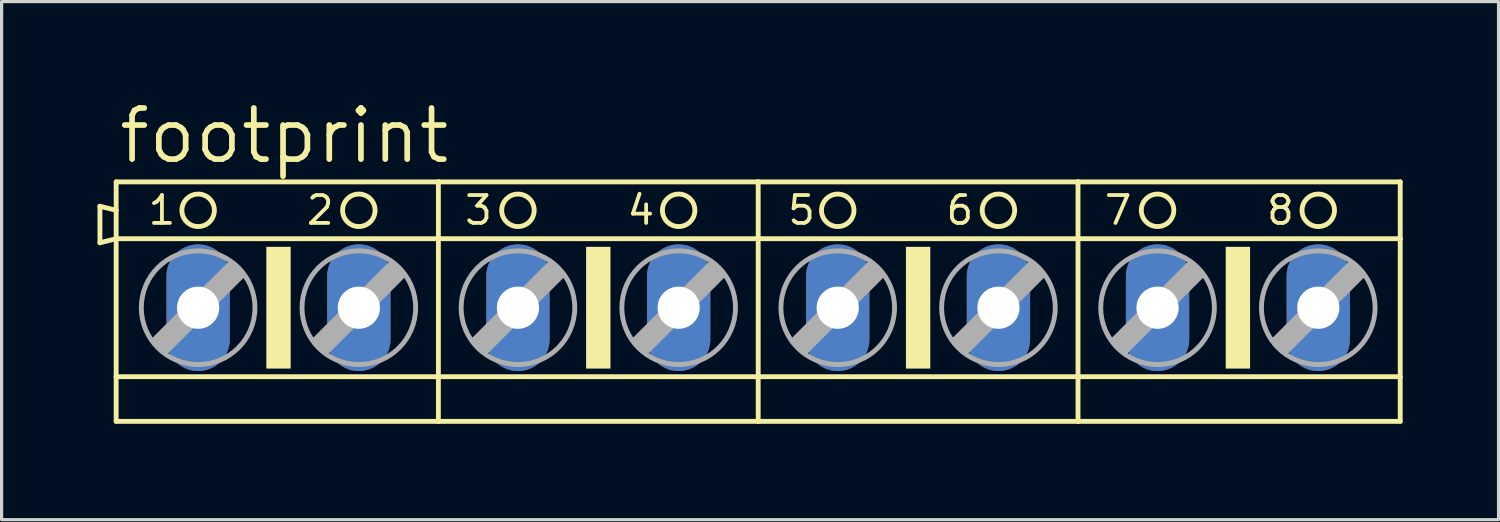
<source format=kicad_pcb>
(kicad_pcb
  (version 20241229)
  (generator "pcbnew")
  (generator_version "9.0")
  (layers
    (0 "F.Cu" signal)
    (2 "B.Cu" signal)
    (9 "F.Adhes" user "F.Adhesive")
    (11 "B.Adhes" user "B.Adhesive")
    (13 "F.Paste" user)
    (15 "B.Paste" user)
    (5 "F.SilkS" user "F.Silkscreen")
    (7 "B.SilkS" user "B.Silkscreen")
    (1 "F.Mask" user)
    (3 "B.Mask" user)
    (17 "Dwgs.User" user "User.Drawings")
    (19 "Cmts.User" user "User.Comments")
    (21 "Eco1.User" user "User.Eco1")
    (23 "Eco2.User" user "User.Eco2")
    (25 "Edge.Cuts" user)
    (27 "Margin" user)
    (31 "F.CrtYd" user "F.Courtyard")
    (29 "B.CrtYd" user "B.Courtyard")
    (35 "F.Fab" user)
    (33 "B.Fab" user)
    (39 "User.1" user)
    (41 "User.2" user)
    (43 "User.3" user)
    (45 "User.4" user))
  (footprint "footprint"
    (layer "F.Cu")
    (at 20.676 6.579)
    (property "Reference" "footprint" (at -20.091 -4.445 0) (layer "F.SilkS") (effects (font (size 1.6 1.6) (thickness 0.178)) (justify left bottom)))
    (fp_line (start -20.599 -3.175) (end -20.599 -2.032) (stroke (width 0.152) (type solid)) (layer "F.SilkS"))
    (fp_line (start -20.599 -2.032) (end -20.091 -2.159) (stroke (width 0.152) (type solid)) (layer "F.SilkS"))
    (fp_line (start -20.091 -3.048) (end -20.599 -3.175) (stroke (width 0.152) (type solid)) (layer "F.SilkS"))
    (fp_line (start -20.091 -3.048) (end -20.091 -3.937) (stroke (width 0.152) (type solid)) (layer "F.SilkS"))
    (fp_line (start -20.091 -2.159) (end -20.091 -3.048) (stroke (width 0.152) (type solid)) (layer "F.SilkS"))
    (fp_line (start -20.091 -2.159) (end -10.008 -2.159) (stroke (width 0.152) (type solid)) (layer "F.SilkS"))
    (fp_line (start -20.091 2.159) (end -20.091 -2.159) (stroke (width 0.152) (type solid)) (layer "F.SilkS"))
    (fp_line (start -20.091 2.159) (end -10.008 2.159) (stroke (width 0.152) (type solid)) (layer "F.SilkS"))
    (fp_line (start -20.091 3.556) (end -20.091 2.159) (stroke (width 0.152) (type solid)) (layer "F.SilkS"))
    (fp_line (start -20.091 3.556) (end -10.008 3.556) (stroke (width 0.152) (type solid)) (layer "F.SilkS"))
    (fp_line (start -10.008 -3.937) (end -20.091 -3.937) (stroke (width 0.152) (type solid)) (layer "F.SilkS"))
    (fp_line (start -10.008 -2.159) (end -10.008 -3.937) (stroke (width 0.152) (type solid)) (layer "F.SilkS"))
    (fp_line (start -10.008 -2.159) (end 0 -2.159) (stroke (width 0.152) (type solid)) (layer "F.SilkS"))
    (fp_line (start -10.008 2.159) (end -10.008 -2.159) (stroke (width 0.152) (type solid)) (layer "F.SilkS"))
    (fp_line (start -10.008 2.159) (end 0 2.159) (stroke (width 0.152) (type solid)) (layer "F.SilkS"))
    (fp_line (start -10.008 3.556) (end -10.008 2.159) (stroke (width 0.152) (type solid)) (layer "F.SilkS"))
    (fp_line (start -10.008 3.556) (end 0 3.556) (stroke (width 0.152) (type solid)) (layer "F.SilkS"))
    (fp_line (start 0 -3.937) (end -10.008 -3.937) (stroke (width 0.152) (type solid)) (layer "F.SilkS"))
    (fp_line (start 0 -2.159) (end 0 -3.937) (stroke (width 0.152) (type solid)) (layer "F.SilkS"))
    (fp_line (start 0 -2.159) (end 10.008 -2.159) (stroke (width 0.152) (type solid)) (layer "F.SilkS"))
    (fp_line (start 0 2.159) (end 0 -2.159) (stroke (width 0.152) (type solid)) (layer "F.SilkS"))
    (fp_line (start 0 2.159) (end 10.008 2.159) (stroke (width 0.152) (type solid)) (layer "F.SilkS"))
    (fp_line (start 0 3.556) (end 0 2.159) (stroke (width 0.152) (type solid)) (layer "F.SilkS"))
    (fp_line (start 0 3.556) (end 10.008 3.556) (stroke (width 0.152) (type solid)) (layer "F.SilkS"))
    (fp_line (start 10.008 -3.937) (end 0 -3.937) (stroke (width 0.152) (type solid)) (layer "F.SilkS"))
    (fp_line (start 10.008 -2.159) (end 10.008 -3.937) (stroke (width 0.152) (type solid)) (layer "F.SilkS"))
    (fp_line (start 10.008 -2.159) (end 20.091 -2.159) (stroke (width 0.152) (type solid)) (layer "F.SilkS"))
    (fp_line (start 10.008 2.159) (end 10.008 -2.159) (stroke (width 0.152) (type solid)) (layer "F.SilkS"))
    (fp_line (start 10.008 2.159) (end 20.091 2.159) (stroke (width 0.152) (type solid)) (layer "F.SilkS"))
    (fp_line (start 10.008 3.556) (end 10.008 2.159) (stroke (width 0.152) (type solid)) (layer "F.SilkS"))
    (fp_line (start 10.008 3.556) (end 20.091 3.556) (stroke (width 0.152) (type solid)) (layer "F.SilkS"))
    (fp_line (start 20.091 -3.937) (end 10.008 -3.937) (stroke (width 0.152) (type solid)) (layer "F.SilkS"))
    (fp_line (start 20.091 -3.937) (end 20.091 -2.159) (stroke (width 0.152) (type solid)) (layer "F.SilkS"))
    (fp_line (start 20.091 -2.159) (end 20.091 2.159) (stroke (width 0.152) (type solid)) (layer "F.SilkS"))
    (fp_line (start 20.091 2.159) (end 20.091 3.556) (stroke (width 0.152) (type solid)) (layer "F.SilkS"))
    (fp_circle (center -17.526 -3.048) (end -17.018 -3.048) (stroke (width 0.152) (type solid)) (fill no) (layer "F.SilkS"))
    (fp_circle (center -12.497 -3.048) (end -11.989 -3.048) (stroke (width 0.152) (type solid)) (fill no) (layer "F.SilkS"))
    (fp_circle (center -7.518 -3.048) (end -7.01 -3.048) (stroke (width 0.152) (type solid)) (fill no) (layer "F.SilkS"))
    (fp_circle (center -2.489 -3.048) (end -1.981 -3.048) (stroke (width 0.152) (type solid)) (fill no) (layer "F.SilkS"))
    (fp_circle (center 2.489 -3.048) (end 2.997 -3.048) (stroke (width 0.152) (type solid)) (fill no) (layer "F.SilkS"))
    (fp_circle (center 7.518 -3.048) (end 8.026 -3.048) (stroke (width 0.152) (type solid)) (fill no) (layer "F.SilkS"))
    (fp_circle (center 12.497 -3.048) (end 13.005 -3.048) (stroke (width 0.152) (type solid)) (fill no) (layer "F.SilkS"))
    (fp_circle (center 17.526 -3.048) (end 18.034 -3.048) (stroke (width 0.152) (type solid)) (fill no) (layer "F.SilkS"))
    (fp_poly (pts (xy -15.392 1.905) (xy -14.63 1.905) (xy -14.63 -1.905) (xy -15.392 -1.905)) (stroke (width 0) (type solid)) (fill yes) (layer "F.SilkS"))
    (fp_poly (pts (xy -5.385 1.905) (xy -4.623 1.905) (xy -4.623 -1.905) (xy -5.385 -1.905)) (stroke (width 0) (type solid)) (fill yes) (layer "F.SilkS"))
    (fp_poly (pts (xy 4.623 1.905) (xy 5.385 1.905) (xy 5.385 -1.905) (xy 4.623 -1.905)) (stroke (width 0) (type solid)) (fill yes) (layer "F.SilkS"))
    (fp_poly (pts (xy 14.63 1.905) (xy 15.392 1.905) (xy 15.392 -1.905) (xy 14.63 -1.905)) (stroke (width 0) (type solid)) (fill yes) (layer "F.SilkS"))
    (fp_line (start -18.923 1.016) (end -18.542 1.397) (stroke (width 0.152) (type solid)) (layer "F.Fab"))
    (fp_line (start -18.923 1.016) (end -16.51 -1.397) (stroke (width 0.152) (type solid)) (layer "F.Fab"))
    (fp_line (start -18.542 1.016) (end -16.51 -1.016) (stroke (width 0.61) (type solid)) (layer "F.Fab"))
    (fp_line (start -18.542 1.397) (end -16.129 -1.016) (stroke (width 0.152) (type solid)) (layer "F.Fab"))
    (fp_line (start -16.51 -1.397) (end -16.129 -1.016) (stroke (width 0.152) (type solid)) (layer "F.Fab"))
    (fp_line (start -13.894 1.016) (end -13.513 1.397) (stroke (width 0.152) (type solid)) (layer "F.Fab"))
    (fp_line (start -13.894 1.016) (end -11.481 -1.397) (stroke (width 0.152) (type solid)) (layer "F.Fab"))
    (fp_line (start -13.513 1.016) (end -11.481 -1.016) (stroke (width 0.61) (type solid)) (layer "F.Fab"))
    (fp_line (start -13.513 1.397) (end -11.1 -1.016) (stroke (width 0.152) (type solid)) (layer "F.Fab"))
    (fp_line (start -11.481 -1.397) (end -11.1 -1.016) (stroke (width 0.152) (type solid)) (layer "F.Fab"))
    (fp_line (start -8.915 1.016) (end -8.534 1.397) (stroke (width 0.152) (type solid)) (layer "F.Fab"))
    (fp_line (start -8.915 1.016) (end -6.502 -1.397) (stroke (width 0.152) (type solid)) (layer "F.Fab"))
    (fp_line (start -8.534 1.016) (end -6.502 -1.016) (stroke (width 0.61) (type solid)) (layer "F.Fab"))
    (fp_line (start -8.534 1.397) (end -6.121 -1.016) (stroke (width 0.152) (type solid)) (layer "F.Fab"))
    (fp_line (start -6.502 -1.397) (end -6.121 -1.016) (stroke (width 0.152) (type solid)) (layer "F.Fab"))
    (fp_line (start -3.886 1.016) (end -3.505 1.397) (stroke (width 0.152) (type solid)) (layer "F.Fab"))
    (fp_line (start -3.886 1.016) (end -1.473 -1.397) (stroke (width 0.152) (type solid)) (layer "F.Fab"))
    (fp_line (start -3.505 1.016) (end -1.473 -1.016) (stroke (width 0.61) (type solid)) (layer "F.Fab"))
    (fp_line (start -3.505 1.397) (end -1.092 -1.016) (stroke (width 0.152) (type solid)) (layer "F.Fab"))
    (fp_line (start -1.473 -1.397) (end -1.092 -1.016) (stroke (width 0.152) (type solid)) (layer "F.Fab"))
    (fp_line (start 1.092 1.016) (end 1.473 1.397) (stroke (width 0.152) (type solid)) (layer "F.Fab"))
    (fp_line (start 1.092 1.016) (end 3.505 -1.397) (stroke (width 0.152) (type solid)) (layer "F.Fab"))
    (fp_line (start 1.473 1.016) (end 3.505 -1.016) (stroke (width 0.61) (type solid)) (layer "F.Fab"))
    (fp_line (start 1.473 1.397) (end 3.886 -1.016) (stroke (width 0.152) (type solid)) (layer "F.Fab"))
    (fp_line (start 3.505 -1.397) (end 3.886 -1.016) (stroke (width 0.152) (type solid)) (layer "F.Fab"))
    (fp_line (start 6.121 1.016) (end 6.502 1.397) (stroke (width 0.152) (type solid)) (layer "F.Fab"))
    (fp_line (start 6.121 1.016) (end 8.534 -1.397) (stroke (width 0.152) (type solid)) (layer "F.Fab"))
    (fp_line (start 6.502 1.016) (end 8.534 -1.016) (stroke (width 0.61) (type solid)) (layer "F.Fab"))
    (fp_line (start 6.502 1.397) (end 8.915 -1.016) (stroke (width 0.152) (type solid)) (layer "F.Fab"))
    (fp_line (start 8.534 -1.397) (end 8.915 -1.016) (stroke (width 0.152) (type solid)) (layer "F.Fab"))
    (fp_line (start 11.1 1.016) (end 11.481 1.397) (stroke (width 0.152) (type solid)) (layer "F.Fab"))
    (fp_line (start 11.1 1.016) (end 13.513 -1.397) (stroke (width 0.152) (type solid)) (layer "F.Fab"))
    (fp_line (start 11.481 1.016) (end 13.513 -1.016) (stroke (width 0.61) (type solid)) (layer "F.Fab"))
    (fp_line (start 11.481 1.397) (end 13.894 -1.016) (stroke (width 0.152) (type solid)) (layer "F.Fab"))
    (fp_line (start 13.513 -1.397) (end 13.894 -1.016) (stroke (width 0.152) (type solid)) (layer "F.Fab"))
    (fp_line (start 16.129 1.016) (end 16.51 1.397) (stroke (width 0.152) (type solid)) (layer "F.Fab"))
    (fp_line (start 16.129 1.016) (end 18.542 -1.397) (stroke (width 0.152) (type solid)) (layer "F.Fab"))
    (fp_line (start 16.51 1.016) (end 18.542 -1.016) (stroke (width 0.61) (type solid)) (layer "F.Fab"))
    (fp_line (start 16.51 1.397) (end 18.923 -1.016) (stroke (width 0.152) (type solid)) (layer "F.Fab"))
    (fp_line (start 18.542 -1.397) (end 18.923 -1.016) (stroke (width 0.152) (type solid)) (layer "F.Fab"))
    (fp_circle (center -17.526 0) (end -15.748 0) (stroke (width 0.152) (type solid)) (fill no) (layer "F.Fab"))
    (fp_circle (center -12.497 0) (end -10.719 0) (stroke (width 0.152) (type solid)) (fill no) (layer "F.Fab"))
    (fp_circle (center -7.518 0) (end -5.74 0) (stroke (width 0.152) (type solid)) (fill no) (layer "F.Fab"))
    (fp_circle (center -2.489 0) (end -0.711 0) (stroke (width 0.152) (type solid)) (fill no) (layer "F.Fab"))
    (fp_circle (center 2.489 0) (end 4.267 0) (stroke (width 0.152) (type solid)) (fill no) (layer "F.Fab"))
    (fp_circle (center 7.518 0) (end 9.296 0) (stroke (width 0.152) (type solid)) (fill no) (layer "F.Fab"))
    (fp_circle (center 12.497 0) (end 14.275 0) (stroke (width 0.152) (type solid)) (fill no) (layer "F.Fab"))
    (fp_circle (center 17.526 0) (end 19.304 0) (stroke (width 0.152) (type solid)) (fill no) (layer "F.Fab"))
    (fp_text user "2" (at -14.199 -2.54 0) (layer "F.SilkS") (effects (font (size 0.872 0.872) (thickness 0.119)) (justify left bottom)))
    (fp_text user "5" (at 0.864 -2.54 0) (layer "F.SilkS") (effects (font (size 0.872 0.872) (thickness 0.119)) (justify left bottom)))
    (fp_text user "6" (at 5.817 -2.54 0) (layer "F.SilkS") (effects (font (size 0.872 0.872) (thickness 0.119)) (justify left bottom)))
    (fp_text user "1" (at -19.152 -2.54 0) (layer "F.SilkS") (effects (font (size 0.872 0.872) (thickness 0.119)) (justify left bottom)))
    (fp_text user "4" (at -4.166 -2.54 0) (layer "F.SilkS") (effects (font (size 0.872 0.872) (thickness 0.119)) (justify left bottom)))
    (fp_text user "3" (at -9.246 -2.54 0) (layer "F.SilkS") (effects (font (size 0.872 0.872) (thickness 0.119)) (justify left bottom)))
    (fp_text user "8" (at 15.85 -2.54 0) (layer "F.SilkS") (effects (font (size 0.872 0.872) (thickness 0.119)) (justify left bottom)))
    (fp_text user "7" (at 10.77 -2.54 0) (layer "F.SilkS") (effects (font (size 0.872 0.872) (thickness 0.119)) (justify left bottom)))
    (pad "1" thru_hole oval (at -17.526 0 90) (size 3.962 1.981) (drill 1.321) (layers "*.Cu" "*.Mask"))
    (pad "2" thru_hole oval (at -12.497 0 90) (size 3.962 1.981) (drill 1.321) (layers "*.Cu" "*.Mask"))
    (pad "3" thru_hole oval (at -7.518 0 90) (size 3.962 1.981) (drill 1.321) (layers "*.Cu" "*.Mask"))
    (pad "4" thru_hole oval (at -2.489 0 90) (size 3.962 1.981) (drill 1.321) (layers "*.Cu" "*.Mask"))
    (pad "5" thru_hole oval (at 2.489 0 90) (size 3.962 1.981) (drill 1.321) (layers "*.Cu" "*.Mask"))
    (pad "6" thru_hole oval (at 7.518 0 90) (size 3.962 1.981) (drill 1.321) (layers "*.Cu" "*.Mask"))
    (pad "7" thru_hole oval (at 12.497 0 90) (size 3.962 1.981) (drill 1.321) (layers "*.Cu" "*.Mask"))
    (pad "8" thru_hole oval (at 17.526 0 90) (size 3.962 1.981) (drill 1.321) (layers "*.Cu" "*.Mask")))
  (gr_rect
    (start -3 -3)
    (end 43.843 13.211)
    (stroke (width 0.1) (type default))
    (fill no)
    (layer "Edge.Cuts")))
</source>
